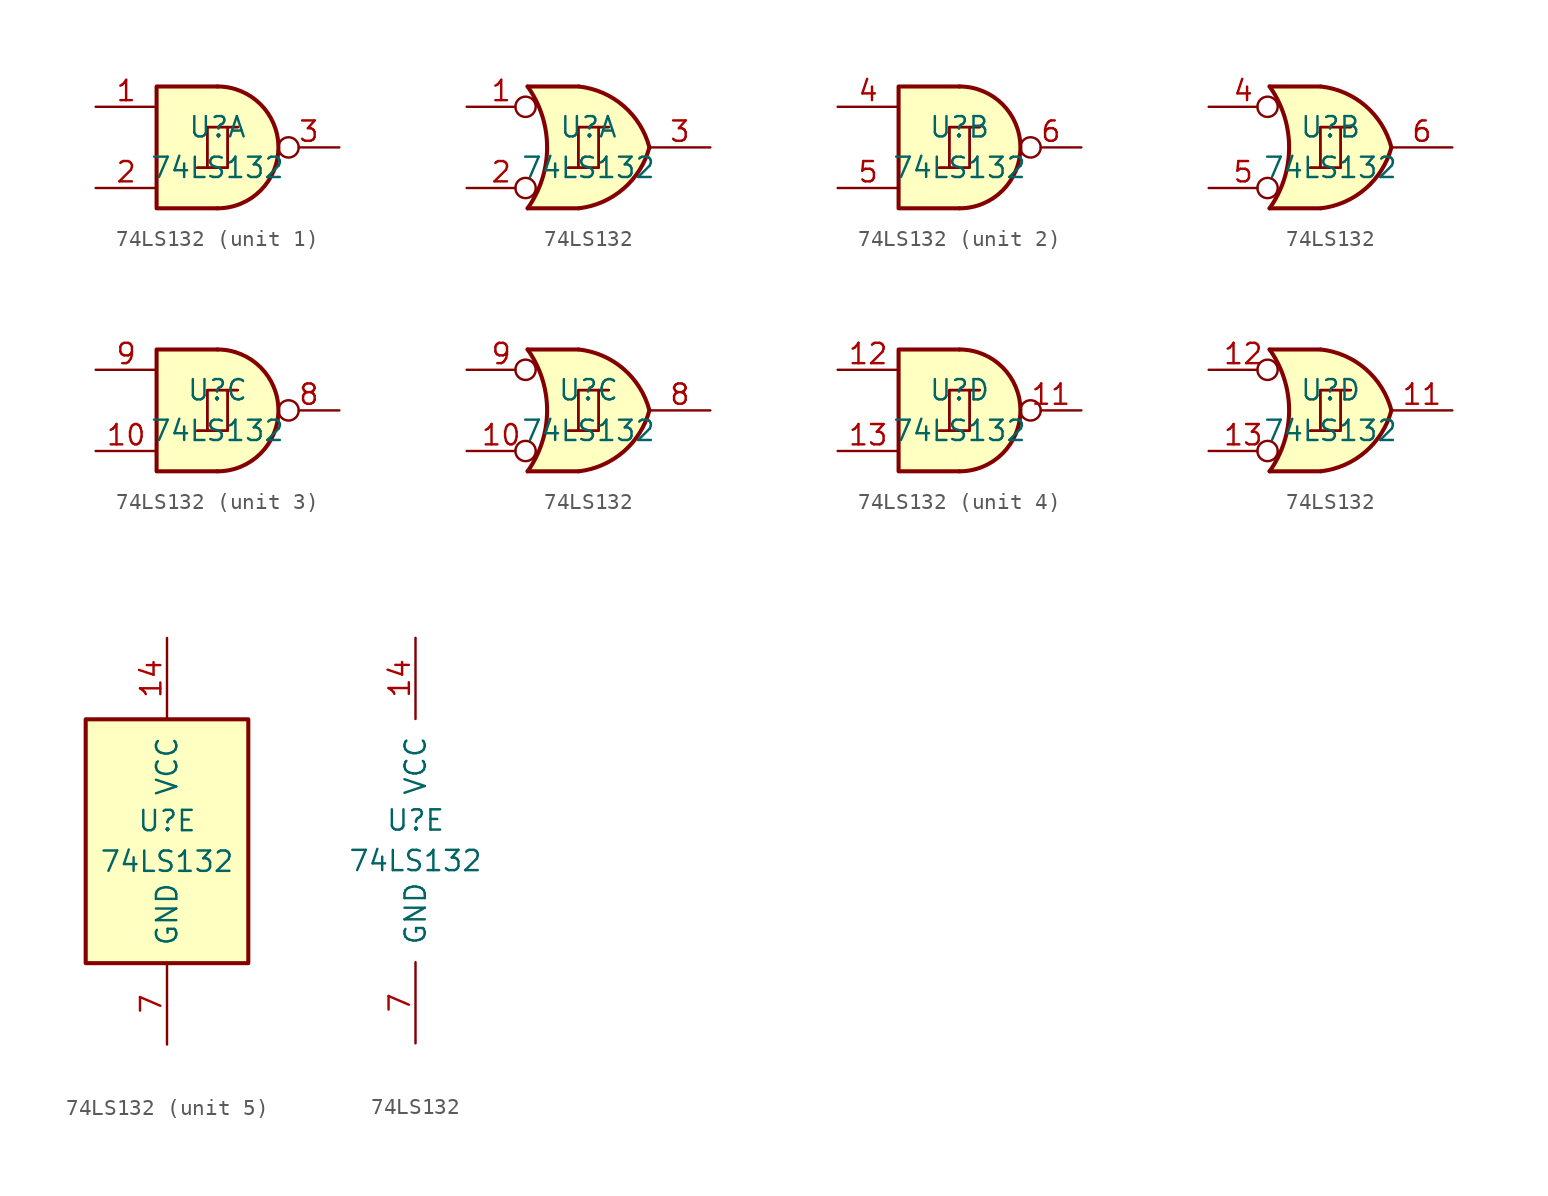
<source format=kicad_sym>
(kicad_symbol_lib
  (version 20211014)
  (generator kicad_symbol_editor)
  (symbol "74LS132"
    (pin_names
      (offset 1.016))
    (property "Reference" "U"
      (at 0 1.27 0)
      (effects (font (size 1.27 1.27))))
    (property "Value" "74LS132"
      (at 0 -1.27 0)
      (effects (font (size 1.27 1.27))))
    (property "ki_locked" ""
      (at 0 0 0)
      (effects (font (size 1.27 1.27))))
    (symbol "74LS132_1_0"
      (polyline (pts (xy -0.635 -1.27) (xy -0.635 1.27) (xy 0.635 1.27)) (stroke (width 0) (type default) (color 0 0 0 0)) (fill (type none)))
      (polyline (pts (xy -0.635 -1.27) (xy -0.635 1.27) (xy 0.635 1.27)) (stroke (width 0) (type default) (color 0 0 0 0)) (fill (type none)))
      (polyline (pts (xy -1.27 -1.27) (xy 0.635 -1.27) (xy 0.635 1.27) (xy 1.27 1.27)) (stroke (width 0) (type default) (color 0 0 0 0)) (fill (type none)))
      (polyline (pts (xy -1.27 -1.27) (xy 0.635 -1.27) (xy 0.635 1.27) (xy 1.27 1.27)) (stroke (width 0) (type default) (color 0 0 0 0)) (fill (type none))))
    (symbol "74LS132_1_1"
      (arc (start 0 -3.81) (mid 3.81 0) (end 0 3.81) (stroke (width 0.254) (type default) (color 0 0 0 0)) (fill (type background)))
      (polyline (pts (xy 0 3.81) (xy -3.81 3.81) (xy -3.81 -3.81) (xy 0 -3.81)) (stroke (width 0.254) (type default) (color 0 0 0 0)) (fill (type background)))
      (pin input line (at -7.62 2.54 0) (length 3.81) (name "~" (effects (font (size 1.27 1.27)))) (number "1" (effects (font (size 1.27 1.27)))))
      (pin input line (at -7.62 -2.54 0) (length 3.81) (name "~" (effects (font (size 1.27 1.27)))) (number "2" (effects (font (size 1.27 1.27)))))
      (pin output inverted (at 7.62 0 180) (length 3.81) (name "~" (effects (font (size 1.27 1.27)))) (number "3" (effects (font (size 1.27 1.27))))))
    (symbol "74LS132_1_2"
      (arc (start -3.81 -3.81) (mid -2.589 0) (end -3.81 3.81) (stroke (width 0.254) (type default) (color 0 0 0 0)) (fill (type none)))
      (arc (start -0.6096 -3.81) (mid 2.1855 -2.584) (end 3.81 0) (stroke (width 0.254) (type default) (color 0 0 0 0)) (fill (type background)))
      (polyline (pts (xy -3.81 -3.81) (xy -0.635 -3.81)) (stroke (width 0.254) (type default) (color 0 0 0 0)) (fill (type background)))
      (polyline (pts (xy -3.81 3.81) (xy -0.635 3.81)) (stroke (width 0.254) (type default) (color 0 0 0 0)) (fill (type background)))
      (polyline (pts (xy -0.635 3.81) (xy -3.81 3.81) (xy -3.81 3.81) (xy -3.556 3.404) (xy -3.023 2.261) (xy -2.692 1.041) (xy -2.616 -0.254) (xy -2.769 -1.499) (xy -3.175 -2.718) (xy -3.81 -3.81) (xy -3.81 -3.81) (xy -0.635 -3.81)) (stroke (width -25.4) (type default) (color 0 0 0 0)) (fill (type background)))
      (arc (start 3.81 0) (mid 2.1928 2.5925) (end -0.6096 3.81) (stroke (width 0.254) (type default) (color 0 0 0 0)) (fill (type background)))
      (pin input inverted (at -7.62 2.54 0) (length 4.318) (name "~" (effects (font (size 1.27 1.27)))) (number "1" (effects (font (size 1.27 1.27)))))
      (pin input inverted (at -7.62 -2.54 0) (length 4.318) (name "~" (effects (font (size 1.27 1.27)))) (number "2" (effects (font (size 1.27 1.27)))))
      (pin output line (at 7.62 0 180) (length 3.81) (name "~" (effects (font (size 1.27 1.27)))) (number "3" (effects (font (size 1.27 1.27))))))
    (symbol "74LS132_2_0"
      (polyline (pts (xy -0.635 -1.27) (xy -0.635 1.27) (xy 0.635 1.27)) (stroke (width 0) (type default) (color 0 0 0 0)) (fill (type none)))
      (polyline (pts (xy -0.635 -1.27) (xy -0.635 1.27) (xy 0.635 1.27)) (stroke (width 0) (type default) (color 0 0 0 0)) (fill (type none)))
      (polyline (pts (xy -1.27 -1.27) (xy 0.635 -1.27) (xy 0.635 1.27) (xy 1.27 1.27)) (stroke (width 0) (type default) (color 0 0 0 0)) (fill (type none)))
      (polyline (pts (xy -1.27 -1.27) (xy 0.635 -1.27) (xy 0.635 1.27) (xy 1.27 1.27)) (stroke (width 0) (type default) (color 0 0 0 0)) (fill (type none))))
    (symbol "74LS132_2_1"
      (arc (start 0 -3.81) (mid 3.81 0) (end 0 3.81) (stroke (width 0.254) (type default) (color 0 0 0 0)) (fill (type background)))
      (polyline (pts (xy 0 3.81) (xy -3.81 3.81) (xy -3.81 -3.81) (xy 0 -3.81)) (stroke (width 0.254) (type default) (color 0 0 0 0)) (fill (type background)))
      (pin input line (at -7.62 2.54 0) (length 3.81) (name "~" (effects (font (size 1.27 1.27)))) (number "4" (effects (font (size 1.27 1.27)))))
      (pin input line (at -7.62 -2.54 0) (length 3.81) (name "~" (effects (font (size 1.27 1.27)))) (number "5" (effects (font (size 1.27 1.27)))))
      (pin output inverted (at 7.62 0 180) (length 3.81) (name "~" (effects (font (size 1.27 1.27)))) (number "6" (effects (font (size 1.27 1.27))))))
    (symbol "74LS132_2_2"
      (arc (start -3.81 -3.81) (mid -2.589 0) (end -3.81 3.81) (stroke (width 0.254) (type default) (color 0 0 0 0)) (fill (type none)))
      (arc (start -0.6096 -3.81) (mid 2.1855 -2.584) (end 3.81 0) (stroke (width 0.254) (type default) (color 0 0 0 0)) (fill (type background)))
      (polyline (pts (xy -3.81 -3.81) (xy -0.635 -3.81)) (stroke (width 0.254) (type default) (color 0 0 0 0)) (fill (type background)))
      (polyline (pts (xy -3.81 3.81) (xy -0.635 3.81)) (stroke (width 0.254) (type default) (color 0 0 0 0)) (fill (type background)))
      (polyline (pts (xy -0.635 3.81) (xy -3.81 3.81) (xy -3.81 3.81) (xy -3.556 3.404) (xy -3.023 2.261) (xy -2.692 1.041) (xy -2.616 -0.254) (xy -2.769 -1.499) (xy -3.175 -2.718) (xy -3.81 -3.81) (xy -3.81 -3.81) (xy -0.635 -3.81)) (stroke (width -25.4) (type default) (color 0 0 0 0)) (fill (type background)))
      (arc (start 3.81 0) (mid 2.1928 2.5925) (end -0.6096 3.81) (stroke (width 0.254) (type default) (color 0 0 0 0)) (fill (type background)))
      (pin input inverted (at -7.62 2.54 0) (length 4.318) (name "~" (effects (font (size 1.27 1.27)))) (number "4" (effects (font (size 1.27 1.27)))))
      (pin input inverted (at -7.62 -2.54 0) (length 4.318) (name "~" (effects (font (size 1.27 1.27)))) (number "5" (effects (font (size 1.27 1.27)))))
      (pin output line (at 7.62 0 180) (length 3.81) (name "~" (effects (font (size 1.27 1.27)))) (number "6" (effects (font (size 1.27 1.27))))))
    (symbol "74LS132_3_0"
      (polyline (pts (xy -0.635 -1.27) (xy -0.635 1.27) (xy 0.635 1.27)) (stroke (width 0) (type default) (color 0 0 0 0)) (fill (type none)))
      (polyline (pts (xy -0.635 -1.27) (xy -0.635 1.27) (xy 0.635 1.27)) (stroke (width 0) (type default) (color 0 0 0 0)) (fill (type none)))
      (polyline (pts (xy -1.27 -1.27) (xy 0.635 -1.27) (xy 0.635 1.27) (xy 1.27 1.27)) (stroke (width 0) (type default) (color 0 0 0 0)) (fill (type none)))
      (polyline (pts (xy -1.27 -1.27) (xy 0.635 -1.27) (xy 0.635 1.27) (xy 1.27 1.27)) (stroke (width 0) (type default) (color 0 0 0 0)) (fill (type none))))
    (symbol "74LS132_3_1"
      (arc (start 0 -3.81) (mid 3.81 0) (end 0 3.81) (stroke (width 0.254) (type default) (color 0 0 0 0)) (fill (type background)))
      (polyline (pts (xy 0 3.81) (xy -3.81 3.81) (xy -3.81 -3.81) (xy 0 -3.81)) (stroke (width 0.254) (type default) (color 0 0 0 0)) (fill (type background)))
      (pin input line (at -7.62 -2.54 0) (length 3.81) (name "~" (effects (font (size 1.27 1.27)))) (number "10" (effects (font (size 1.27 1.27)))))
      (pin output inverted (at 7.62 0 180) (length 3.81) (name "~" (effects (font (size 1.27 1.27)))) (number "8" (effects (font (size 1.27 1.27)))))
      (pin input line (at -7.62 2.54 0) (length 3.81) (name "~" (effects (font (size 1.27 1.27)))) (number "9" (effects (font (size 1.27 1.27))))))
    (symbol "74LS132_3_2"
      (arc (start -3.81 -3.81) (mid -2.589 0) (end -3.81 3.81) (stroke (width 0.254) (type default) (color 0 0 0 0)) (fill (type none)))
      (arc (start -0.6096 -3.81) (mid 2.1855 -2.584) (end 3.81 0) (stroke (width 0.254) (type default) (color 0 0 0 0)) (fill (type background)))
      (polyline (pts (xy -3.81 -3.81) (xy -0.635 -3.81)) (stroke (width 0.254) (type default) (color 0 0 0 0)) (fill (type background)))
      (polyline (pts (xy -3.81 3.81) (xy -0.635 3.81)) (stroke (width 0.254) (type default) (color 0 0 0 0)) (fill (type background)))
      (polyline (pts (xy -0.635 3.81) (xy -3.81 3.81) (xy -3.81 3.81) (xy -3.556 3.404) (xy -3.023 2.261) (xy -2.692 1.041) (xy -2.616 -0.254) (xy -2.769 -1.499) (xy -3.175 -2.718) (xy -3.81 -3.81) (xy -3.81 -3.81) (xy -0.635 -3.81)) (stroke (width -25.4) (type default) (color 0 0 0 0)) (fill (type background)))
      (arc (start 3.81 0) (mid 2.1928 2.5925) (end -0.6096 3.81) (stroke (width 0.254) (type default) (color 0 0 0 0)) (fill (type background)))
      (pin input inverted (at -7.62 -2.54 0) (length 4.318) (name "~" (effects (font (size 1.27 1.27)))) (number "10" (effects (font (size 1.27 1.27)))))
      (pin output line (at 7.62 0 180) (length 3.81) (name "~" (effects (font (size 1.27 1.27)))) (number "8" (effects (font (size 1.27 1.27)))))
      (pin input inverted (at -7.62 2.54 0) (length 4.318) (name "~" (effects (font (size 1.27 1.27)))) (number "9" (effects (font (size 1.27 1.27))))))
    (symbol "74LS132_4_0"
      (polyline (pts (xy -0.635 -1.27) (xy -0.635 1.27) (xy 0.635 1.27)) (stroke (width 0) (type default) (color 0 0 0 0)) (fill (type none)))
      (polyline (pts (xy -0.635 -1.27) (xy -0.635 1.27) (xy 0.635 1.27)) (stroke (width 0) (type default) (color 0 0 0 0)) (fill (type none)))
      (polyline (pts (xy -1.27 -1.27) (xy 0.635 -1.27) (xy 0.635 1.27) (xy 1.27 1.27)) (stroke (width 0) (type default) (color 0 0 0 0)) (fill (type none)))
      (polyline (pts (xy -1.27 -1.27) (xy 0.635 -1.27) (xy 0.635 1.27) (xy 1.27 1.27)) (stroke (width 0) (type default) (color 0 0 0 0)) (fill (type none))))
    (symbol "74LS132_4_1"
      (arc (start 0 -3.81) (mid 3.81 0) (end 0 3.81) (stroke (width 0.254) (type default) (color 0 0 0 0)) (fill (type background)))
      (polyline (pts (xy 0 3.81) (xy -3.81 3.81) (xy -3.81 -3.81) (xy 0 -3.81)) (stroke (width 0.254) (type default) (color 0 0 0 0)) (fill (type background)))
      (pin output inverted (at 7.62 0 180) (length 3.81) (name "~" (effects (font (size 1.27 1.27)))) (number "11" (effects (font (size 1.27 1.27)))))
      (pin input line (at -7.62 2.54 0) (length 3.81) (name "~" (effects (font (size 1.27 1.27)))) (number "12" (effects (font (size 1.27 1.27)))))
      (pin input line (at -7.62 -2.54 0) (length 3.81) (name "~" (effects (font (size 1.27 1.27)))) (number "13" (effects (font (size 1.27 1.27))))))
    (symbol "74LS132_4_2"
      (arc (start -3.81 -3.81) (mid -2.589 0) (end -3.81 3.81) (stroke (width 0.254) (type default) (color 0 0 0 0)) (fill (type none)))
      (arc (start -0.6096 -3.81) (mid 2.1855 -2.584) (end 3.81 0) (stroke (width 0.254) (type default) (color 0 0 0 0)) (fill (type background)))
      (polyline (pts (xy -3.81 -3.81) (xy -0.635 -3.81)) (stroke (width 0.254) (type default) (color 0 0 0 0)) (fill (type background)))
      (polyline (pts (xy -3.81 3.81) (xy -0.635 3.81)) (stroke (width 0.254) (type default) (color 0 0 0 0)) (fill (type background)))
      (polyline (pts (xy -0.635 3.81) (xy -3.81 3.81) (xy -3.81 3.81) (xy -3.556 3.404) (xy -3.023 2.261) (xy -2.692 1.041) (xy -2.616 -0.254) (xy -2.769 -1.499) (xy -3.175 -2.718) (xy -3.81 -3.81) (xy -3.81 -3.81) (xy -0.635 -3.81)) (stroke (width -25.4) (type default) (color 0 0 0 0)) (fill (type background)))
      (arc (start 3.81 0) (mid 2.1928 2.5925) (end -0.6096 3.81) (stroke (width 0.254) (type default) (color 0 0 0 0)) (fill (type background)))
      (pin output line (at 7.62 0 180) (length 3.81) (name "~" (effects (font (size 1.27 1.27)))) (number "11" (effects (font (size 1.27 1.27)))))
      (pin input inverted (at -7.62 2.54 0) (length 4.318) (name "~" (effects (font (size 1.27 1.27)))) (number "12" (effects (font (size 1.27 1.27)))))
      (pin input inverted (at -7.62 -2.54 0) (length 4.318) (name "~" (effects (font (size 1.27 1.27)))) (number "13" (effects (font (size 1.27 1.27))))))
    (symbol "74LS132_5_0"
      (pin power_in line (at 0 12.7 270) (length 5.08) (name "VCC" (effects (font (size 1.27 1.27)))) (number "14" (effects (font (size 1.27 1.27)))))
      (pin power_in line (at 0 -12.7 90) (length 5.08) (name "GND" (effects (font (size 1.27 1.27)))) (number "7" (effects (font (size 1.27 1.27))))))
    (symbol "74LS132_5_1"
      (rectangle (start -5.08 7.62) (end 5.08 -7.62) (stroke (width 0.254) (type default) (color 0 0 0 0)) (fill (type background))))))
</source>
